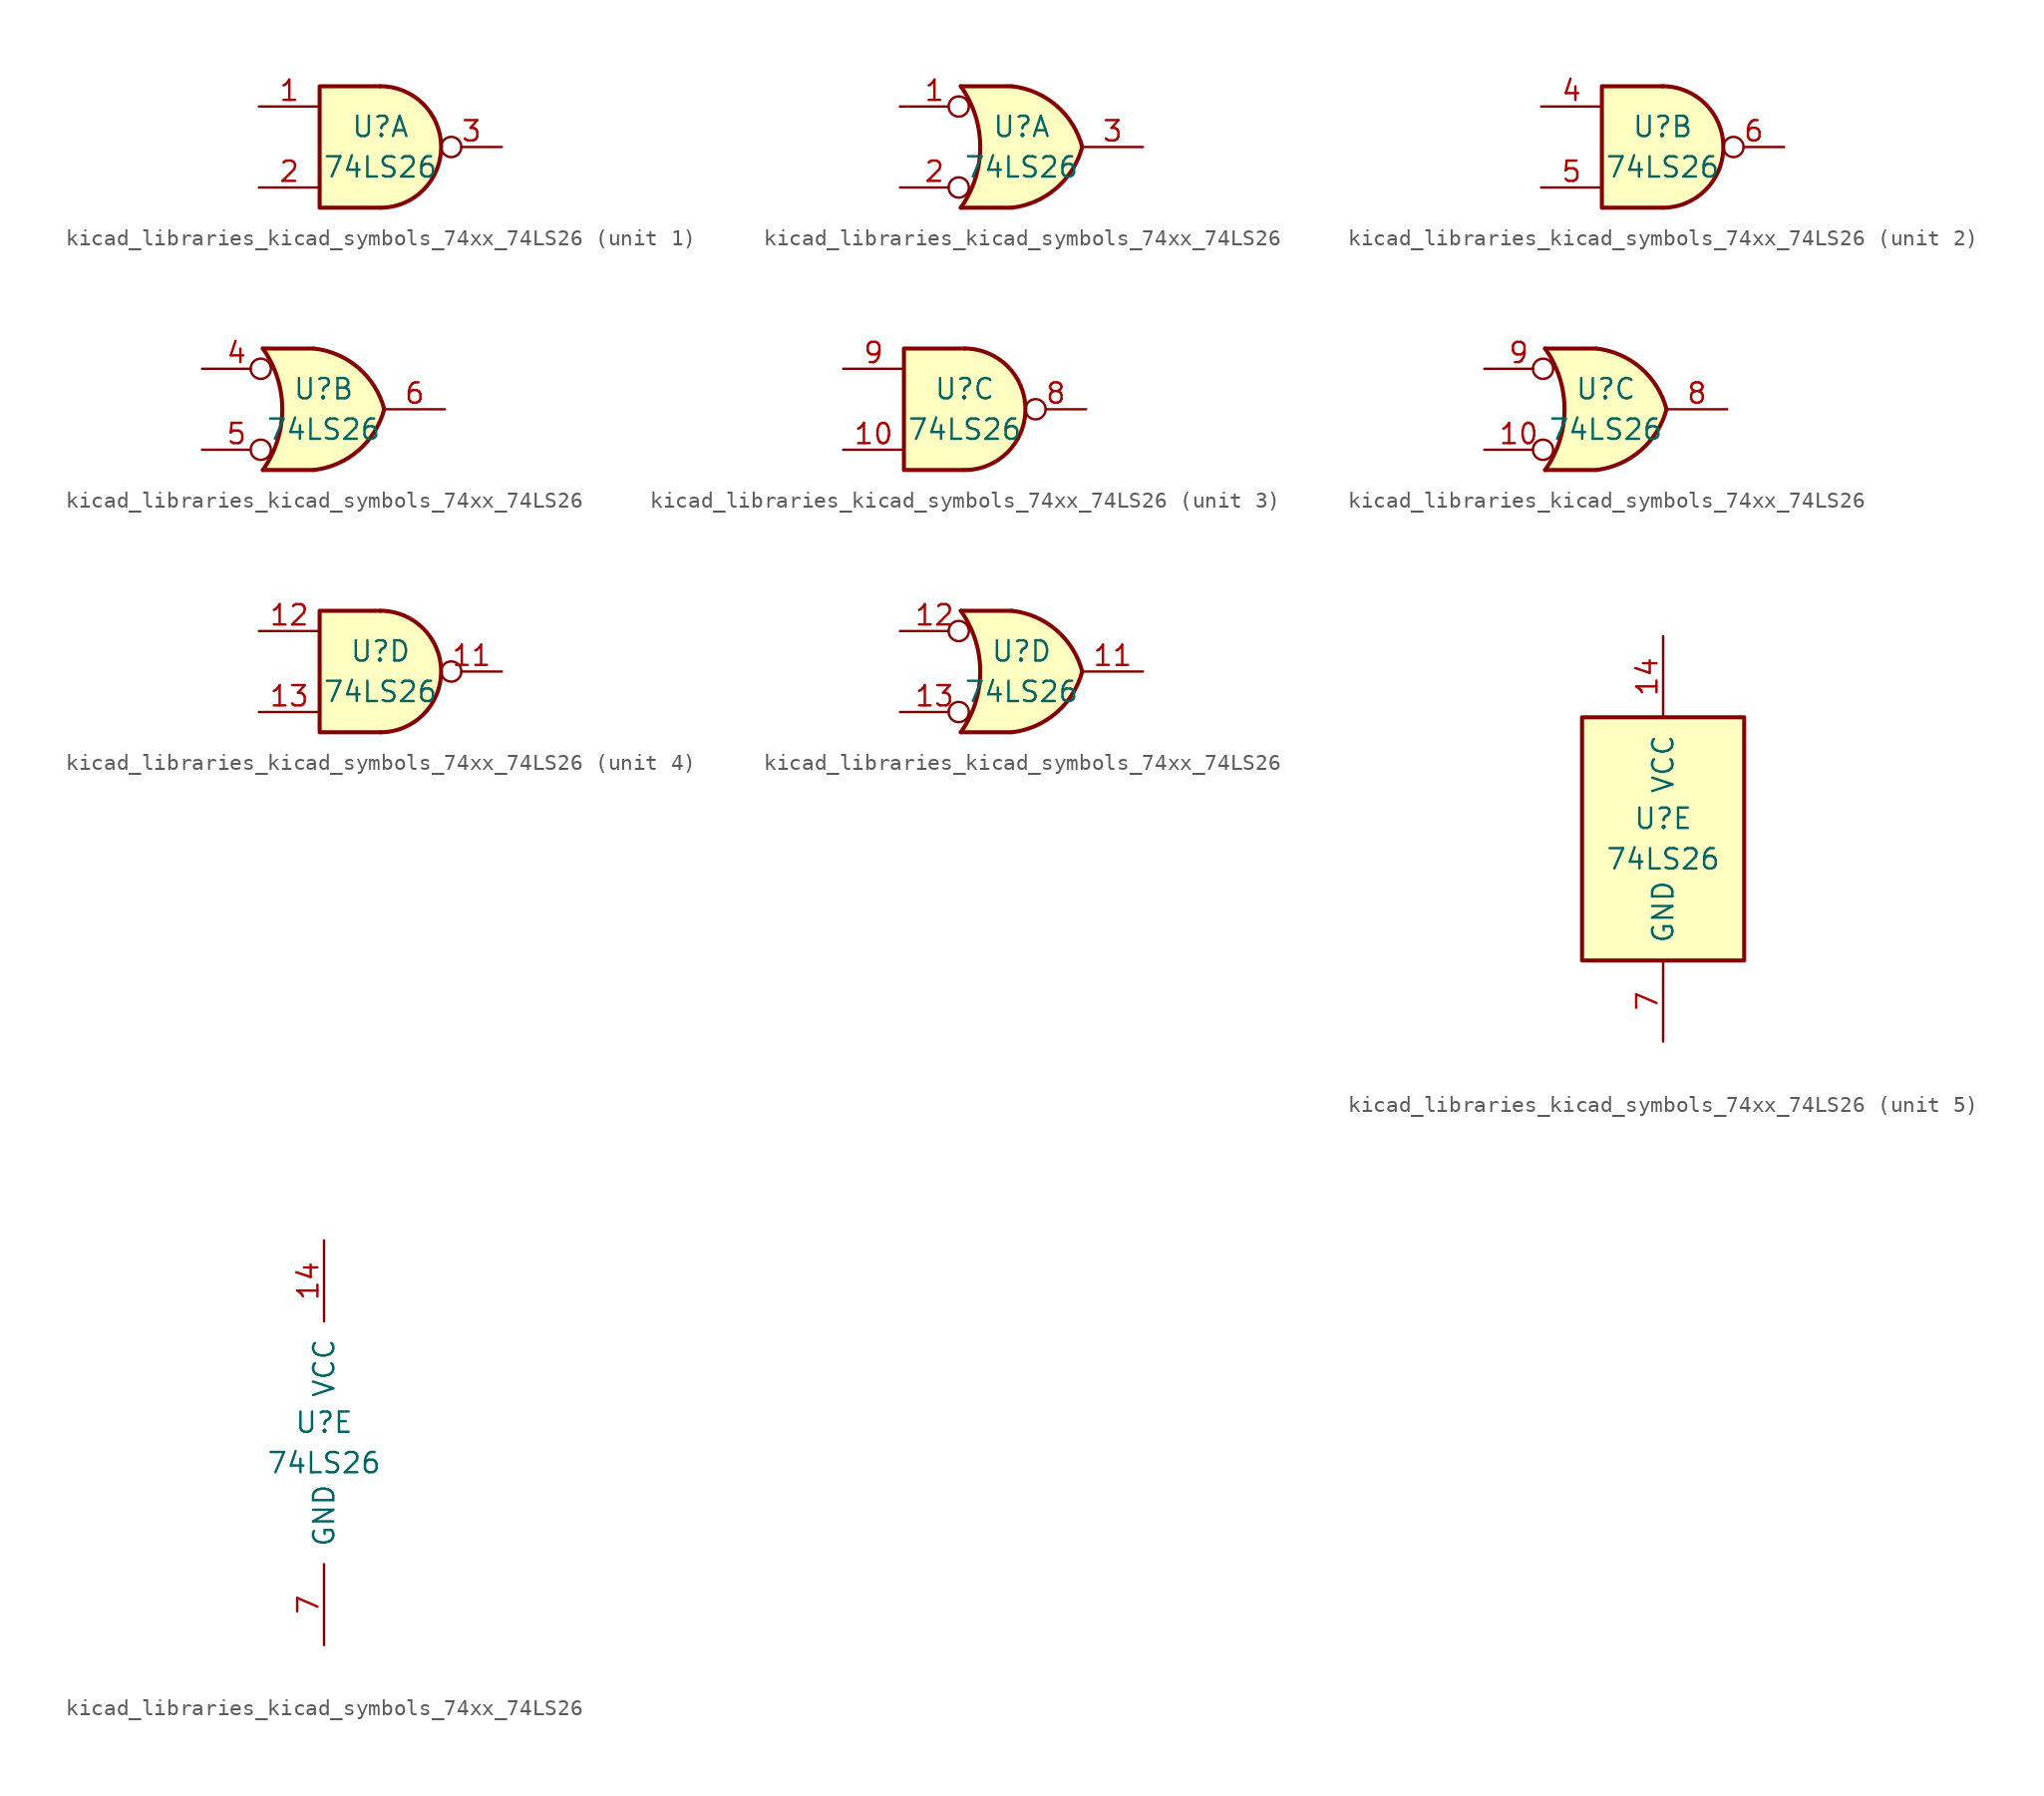
<source format=kicad_sym>
(kicad_symbol_lib
  (version 20220914)
  (generator kicad_symbol_editor)
  (symbol "kicad_libraries_kicad_symbols_74xx_74LS26"
    (pin_names
      (offset 1.016))
    (property "Reference" "U"
      (at 0 1.27 0)
      (effects (font (size 1.27 1.27))))
    (property "Value" "74LS26"
      (at 0 -1.27 0)
      (effects (font (size 1.27 1.27))))
    (property "ki_locked" ""
      (at 0 0 0)
      (effects (font (size 1.27 1.27))))
    (symbol "kicad_libraries_kicad_symbols_74xx_74LS26_1_1"
      (arc (start 0 -3.81) (mid 3.7934 0) (end 0 3.81) (stroke (width 0.254) (type default)) (fill (type background)))
      (polyline (pts (xy 0 3.81) (xy -3.81 3.81) (xy -3.81 -3.81) (xy 0 -3.81)) (stroke (width 0.254) (type default)) (fill (type background)))
      (pin input line (at -7.62 2.54 0) (length 3.81) (name "~" (effects (font (size 1.27 1.27)))) (number "1" (effects (font (size 1.27 1.27)))))
      (pin input line (at -7.62 -2.54 0) (length 3.81) (name "~" (effects (font (size 1.27 1.27)))) (number "2" (effects (font (size 1.27 1.27)))))
      (pin open_collector inverted (at 7.62 0 180) (length 3.81) (name "~" (effects (font (size 1.27 1.27)))) (number "3" (effects (font (size 1.27 1.27))))))
    (symbol "kicad_libraries_kicad_symbols_74xx_74LS26_1_2"
      (arc (start -3.81 -3.81) (mid -2.589 0) (end -3.81 3.81) (stroke (width 0.254) (type default)) (fill (type none)))
      (arc (start -0.6096 -3.81) (mid 2.1842 -2.5851) (end 3.81 0) (stroke (width 0.254) (type default)) (fill (type background)))
      (polyline (pts (xy -3.81 -3.81) (xy -0.635 -3.81)) (stroke (width 0.254) (type default)) (fill (type background)))
      (polyline (pts (xy -3.81 3.81) (xy -0.635 3.81)) (stroke (width 0.254) (type default)) (fill (type background)))
      (polyline (pts (xy -0.635 3.81) (xy -3.81 3.81) (xy -3.81 3.81) (xy -3.556 3.404) (xy -3.023 2.261) (xy -2.692 1.041) (xy -2.616 -0.254) (xy -2.769 -1.499) (xy -3.175 -2.718) (xy -3.81 -3.81) (xy -3.81 -3.81) (xy -0.635 -3.81)) (stroke (width -25.4) (type default)) (fill (type background)))
      (arc (start 3.81 0) (mid 2.1915 2.5936) (end -0.6096 3.81) (stroke (width 0.254) (type default)) (fill (type background)))
      (pin input inverted (at -7.62 2.54 0) (length 4.318) (name "~" (effects (font (size 1.27 1.27)))) (number "1" (effects (font (size 1.27 1.27)))))
      (pin input inverted (at -7.62 -2.54 0) (length 4.318) (name "~" (effects (font (size 1.27 1.27)))) (number "2" (effects (font (size 1.27 1.27)))))
      (pin open_collector line (at 7.62 0 180) (length 3.81) (name "~" (effects (font (size 1.27 1.27)))) (number "3" (effects (font (size 1.27 1.27))))))
    (symbol "kicad_libraries_kicad_symbols_74xx_74LS26_2_1"
      (arc (start 0 -3.81) (mid 3.7934 0) (end 0 3.81) (stroke (width 0.254) (type default)) (fill (type background)))
      (polyline (pts (xy 0 3.81) (xy -3.81 3.81) (xy -3.81 -3.81) (xy 0 -3.81)) (stroke (width 0.254) (type default)) (fill (type background)))
      (pin input line (at -7.62 2.54 0) (length 3.81) (name "~" (effects (font (size 1.27 1.27)))) (number "4" (effects (font (size 1.27 1.27)))))
      (pin input line (at -7.62 -2.54 0) (length 3.81) (name "~" (effects (font (size 1.27 1.27)))) (number "5" (effects (font (size 1.27 1.27)))))
      (pin open_collector inverted (at 7.62 0 180) (length 3.81) (name "~" (effects (font (size 1.27 1.27)))) (number "6" (effects (font (size 1.27 1.27))))))
    (symbol "kicad_libraries_kicad_symbols_74xx_74LS26_2_2"
      (arc (start -3.81 -3.81) (mid -2.589 0) (end -3.81 3.81) (stroke (width 0.254) (type default)) (fill (type none)))
      (arc (start -0.6096 -3.81) (mid 2.1842 -2.5851) (end 3.81 0) (stroke (width 0.254) (type default)) (fill (type background)))
      (polyline (pts (xy -3.81 -3.81) (xy -0.635 -3.81)) (stroke (width 0.254) (type default)) (fill (type background)))
      (polyline (pts (xy -3.81 3.81) (xy -0.635 3.81)) (stroke (width 0.254) (type default)) (fill (type background)))
      (polyline (pts (xy -0.635 3.81) (xy -3.81 3.81) (xy -3.81 3.81) (xy -3.556 3.404) (xy -3.023 2.261) (xy -2.692 1.041) (xy -2.616 -0.254) (xy -2.769 -1.499) (xy -3.175 -2.718) (xy -3.81 -3.81) (xy -3.81 -3.81) (xy -0.635 -3.81)) (stroke (width -25.4) (type default)) (fill (type background)))
      (arc (start 3.81 0) (mid 2.1915 2.5936) (end -0.6096 3.81) (stroke (width 0.254) (type default)) (fill (type background)))
      (pin input inverted (at -7.62 2.54 0) (length 4.318) (name "~" (effects (font (size 1.27 1.27)))) (number "4" (effects (font (size 1.27 1.27)))))
      (pin input inverted (at -7.62 -2.54 0) (length 4.318) (name "~" (effects (font (size 1.27 1.27)))) (number "5" (effects (font (size 1.27 1.27)))))
      (pin open_collector line (at 7.62 0 180) (length 3.81) (name "~" (effects (font (size 1.27 1.27)))) (number "6" (effects (font (size 1.27 1.27))))))
    (symbol "kicad_libraries_kicad_symbols_74xx_74LS26_3_1"
      (arc (start 0 -3.81) (mid 3.7934 0) (end 0 3.81) (stroke (width 0.254) (type default)) (fill (type background)))
      (polyline (pts (xy 0 3.81) (xy -3.81 3.81) (xy -3.81 -3.81) (xy 0 -3.81)) (stroke (width 0.254) (type default)) (fill (type background)))
      (pin input line (at -7.62 -2.54 0) (length 3.81) (name "~" (effects (font (size 1.27 1.27)))) (number "10" (effects (font (size 1.27 1.27)))))
      (pin open_collector inverted (at 7.62 0 180) (length 3.81) (name "~" (effects (font (size 1.27 1.27)))) (number "8" (effects (font (size 1.27 1.27)))))
      (pin input line (at -7.62 2.54 0) (length 3.81) (name "~" (effects (font (size 1.27 1.27)))) (number "9" (effects (font (size 1.27 1.27))))))
    (symbol "kicad_libraries_kicad_symbols_74xx_74LS26_3_2"
      (arc (start -3.81 -3.81) (mid -2.589 0) (end -3.81 3.81) (stroke (width 0.254) (type default)) (fill (type none)))
      (arc (start -0.6096 -3.81) (mid 2.1842 -2.5851) (end 3.81 0) (stroke (width 0.254) (type default)) (fill (type background)))
      (polyline (pts (xy -3.81 -3.81) (xy -0.635 -3.81)) (stroke (width 0.254) (type default)) (fill (type background)))
      (polyline (pts (xy -3.81 3.81) (xy -0.635 3.81)) (stroke (width 0.254) (type default)) (fill (type background)))
      (polyline (pts (xy -0.635 3.81) (xy -3.81 3.81) (xy -3.81 3.81) (xy -3.556 3.404) (xy -3.023 2.261) (xy -2.692 1.041) (xy -2.616 -0.254) (xy -2.769 -1.499) (xy -3.175 -2.718) (xy -3.81 -3.81) (xy -3.81 -3.81) (xy -0.635 -3.81)) (stroke (width -25.4) (type default)) (fill (type background)))
      (arc (start 3.81 0) (mid 2.1915 2.5936) (end -0.6096 3.81) (stroke (width 0.254) (type default)) (fill (type background)))
      (pin input inverted (at -7.62 -2.54 0) (length 4.318) (name "~" (effects (font (size 1.27 1.27)))) (number "10" (effects (font (size 1.27 1.27)))))
      (pin open_collector line (at 7.62 0 180) (length 3.81) (name "~" (effects (font (size 1.27 1.27)))) (number "8" (effects (font (size 1.27 1.27)))))
      (pin input inverted (at -7.62 2.54 0) (length 4.318) (name "~" (effects (font (size 1.27 1.27)))) (number "9" (effects (font (size 1.27 1.27))))))
    (symbol "kicad_libraries_kicad_symbols_74xx_74LS26_4_1"
      (arc (start 0 -3.81) (mid 3.7934 0) (end 0 3.81) (stroke (width 0.254) (type default)) (fill (type background)))
      (polyline (pts (xy 0 3.81) (xy -3.81 3.81) (xy -3.81 -3.81) (xy 0 -3.81)) (stroke (width 0.254) (type default)) (fill (type background)))
      (pin open_collector inverted (at 7.62 0 180) (length 3.81) (name "~" (effects (font (size 1.27 1.27)))) (number "11" (effects (font (size 1.27 1.27)))))
      (pin input line (at -7.62 2.54 0) (length 3.81) (name "~" (effects (font (size 1.27 1.27)))) (number "12" (effects (font (size 1.27 1.27)))))
      (pin input line (at -7.62 -2.54 0) (length 3.81) (name "~" (effects (font (size 1.27 1.27)))) (number "13" (effects (font (size 1.27 1.27))))))
    (symbol "kicad_libraries_kicad_symbols_74xx_74LS26_4_2"
      (arc (start -3.81 -3.81) (mid -2.589 0) (end -3.81 3.81) (stroke (width 0.254) (type default)) (fill (type none)))
      (arc (start -0.6096 -3.81) (mid 2.1842 -2.5851) (end 3.81 0) (stroke (width 0.254) (type default)) (fill (type background)))
      (polyline (pts (xy -3.81 -3.81) (xy -0.635 -3.81)) (stroke (width 0.254) (type default)) (fill (type background)))
      (polyline (pts (xy -3.81 3.81) (xy -0.635 3.81)) (stroke (width 0.254) (type default)) (fill (type background)))
      (polyline (pts (xy -0.635 3.81) (xy -3.81 3.81) (xy -3.81 3.81) (xy -3.556 3.404) (xy -3.023 2.261) (xy -2.692 1.041) (xy -2.616 -0.254) (xy -2.769 -1.499) (xy -3.175 -2.718) (xy -3.81 -3.81) (xy -3.81 -3.81) (xy -0.635 -3.81)) (stroke (width -25.4) (type default)) (fill (type background)))
      (arc (start 3.81 0) (mid 2.1915 2.5936) (end -0.6096 3.81) (stroke (width 0.254) (type default)) (fill (type background)))
      (pin open_collector line (at 7.62 0 180) (length 3.81) (name "~" (effects (font (size 1.27 1.27)))) (number "11" (effects (font (size 1.27 1.27)))))
      (pin input inverted (at -7.62 2.54 0) (length 4.318) (name "~" (effects (font (size 1.27 1.27)))) (number "12" (effects (font (size 1.27 1.27)))))
      (pin input inverted (at -7.62 -2.54 0) (length 4.318) (name "~" (effects (font (size 1.27 1.27)))) (number "13" (effects (font (size 1.27 1.27))))))
    (symbol "kicad_libraries_kicad_symbols_74xx_74LS26_5_0"
      (pin power_in line (at 0 12.7 270) (length 5.08) (name "VCC" (effects (font (size 1.27 1.27)))) (number "14" (effects (font (size 1.27 1.27)))))
      (pin power_in line (at 0 -12.7 90) (length 5.08) (name "GND" (effects (font (size 1.27 1.27)))) (number "7" (effects (font (size 1.27 1.27))))))
    (symbol "kicad_libraries_kicad_symbols_74xx_74LS26_5_1"
      (rectangle (start -5.08 7.62) (end 5.08 -7.62) (stroke (width 0.254) (type default)) (fill (type background))))))
</source>
